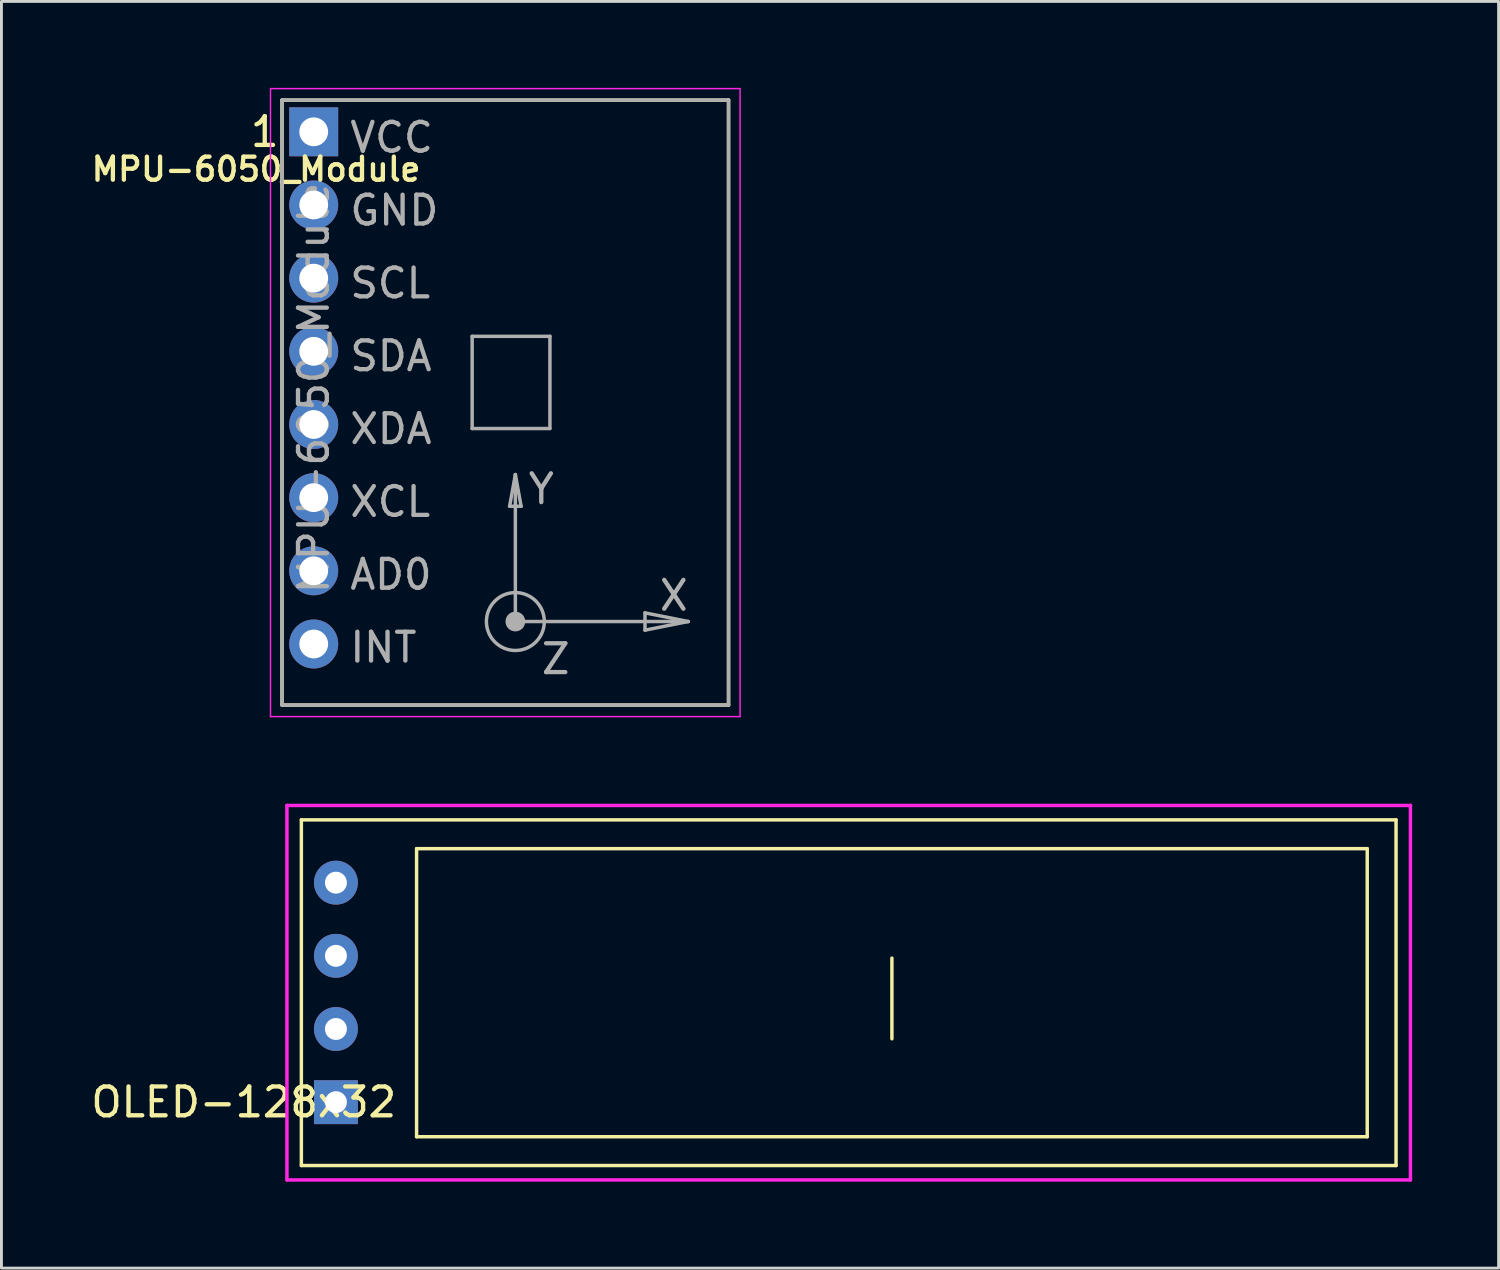
<source format=kicad_pcb>
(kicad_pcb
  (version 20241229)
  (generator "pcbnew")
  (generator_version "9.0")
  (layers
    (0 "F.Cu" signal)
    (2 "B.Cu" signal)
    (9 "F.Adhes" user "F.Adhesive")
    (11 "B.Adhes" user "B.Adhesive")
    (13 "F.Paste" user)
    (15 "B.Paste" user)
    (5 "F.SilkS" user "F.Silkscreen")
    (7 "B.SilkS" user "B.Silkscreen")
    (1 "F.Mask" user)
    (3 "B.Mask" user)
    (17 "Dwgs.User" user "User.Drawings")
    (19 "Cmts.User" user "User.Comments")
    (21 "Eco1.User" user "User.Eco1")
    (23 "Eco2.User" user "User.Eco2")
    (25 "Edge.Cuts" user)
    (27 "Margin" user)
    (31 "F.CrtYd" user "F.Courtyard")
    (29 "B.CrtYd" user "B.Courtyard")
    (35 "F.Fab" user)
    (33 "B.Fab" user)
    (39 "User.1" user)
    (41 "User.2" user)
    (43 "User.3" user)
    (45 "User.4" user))
  (footprint "OLED-128x32"
    (layer "F.Cu")
    (at 7.411 37.41)
    (property "Reference" "OLED-128x32" (at -2 -2.2 0) (layer "F.SilkS") (effects (font (size 1 1) (thickness 0.15))))
    (attr through_hole)
    (fp_line (start 0 -12) (end 38 -12) (stroke (width 0.12) (type solid)) (layer "F.SilkS"))
    (fp_line (start 0 0) (end 0 -12) (stroke (width 0.12) (type solid)) (layer "F.SilkS"))
    (fp_line (start 4 -11) (end 4 -1) (stroke (width 0.12) (type solid)) (layer "F.SilkS"))
    (fp_line (start 4 -1) (end 37 -1) (stroke (width 0.12) (type solid)) (layer "F.SilkS"))
    (fp_line (start 20.5 -7.2) (end 20.5 -4.4) (stroke (width 0.12) (type solid)) (layer "F.SilkS"))
    (fp_line (start 37 -11) (end 4 -11) (stroke (width 0.12) (type solid)) (layer "F.SilkS"))
    (fp_line (start 37 -1) (end 37 -11) (stroke (width 0.12) (type solid)) (layer "F.SilkS"))
    (fp_line (start 38 -12) (end 38 0) (stroke (width 0.12) (type solid)) (layer "F.SilkS"))
    (fp_line (start 38 0) (end 0 0) (stroke (width 0.12) (type solid)) (layer "F.SilkS"))
    (fp_line (start -0.5 -12.5) (end -0.5 0.5) (stroke (width 0.12) (type solid)) (layer "F.CrtYd"))
    (fp_line (start -0.5 0.5) (end 38.5 0.5) (stroke (width 0.12) (type solid)) (layer "F.CrtYd"))
    (fp_line (start 38.5 -12.5) (end -0.5 -12.5) (stroke (width 0.12) (type solid)) (layer "F.CrtYd"))
    (fp_line (start 38.5 0.5) (end 38.5 -12.5) (stroke (width 0.12) (type solid)) (layer "F.CrtYd"))
    (pad "1" thru_hole rect (at 1.2 -2.2) (size 1.524 1.524) (drill 0.762) (layers "*.Cu" "*.Mask"))
    (pad "2" thru_hole circle (at 1.2 -4.74) (size 1.524 1.524) (drill 0.762) (layers "*.Cu" "*.Mask"))
    (pad "3" thru_hole circle (at 1.2 -7.28) (size 1.524 1.524) (drill 0.762) (layers "*.Cu" "*.Mask"))
    (pad "4" thru_hole circle (at 1.2 -9.82) (size 1.524 1.524) (drill 0.762) (layers "*.Cu" "*.Mask")))
  (footprint "MPU-6050_Module"
    (layer "F.Cu")
    (at 7.84 1.525)
    (property "Reference" "MPU-6050_Module" (at -2 1.3 0) (layer "F.SilkS") (effects (font (size 0.8 0.8) (thickness 0.15))))
    (attr through_hole)
    (fp_line (start -1.1 -1.1) (end 14.4 -1.1) (stroke (width 0.12) (type solid)) (layer "F.SilkS"))
    (fp_line (start -1.1 19.9) (end -1.1 -1.1) (stroke (width 0.12) (type solid)) (layer "F.SilkS"))
    (fp_line (start 14.4 -1.1) (end 14.4 19.9) (stroke (width 0.12) (type solid)) (layer "F.SilkS"))
    (fp_line (start 14.4 19.9) (end -1.1 19.9) (stroke (width 0.12) (type solid)) (layer "F.SilkS"))
    (fp_line (start -1.5 -1.5) (end 14.8 -1.5) (stroke (width 0.05) (type solid)) (layer "F.CrtYd"))
    (fp_line (start -1.5 20.3) (end -1.5 -1.5) (stroke (width 0.05) (type solid)) (layer "F.CrtYd"))
    (fp_line (start -1.5 20.3) (end 14.8 20.3) (stroke (width 0.05) (type solid)) (layer "F.CrtYd"))
    (fp_line (start 14.8 20.3) (end 14.8 -1.5) (stroke (width 0.05) (type solid)) (layer "F.CrtYd"))
    (fp_line (start -1.1 -1.1) (end 14.4 -1.1) (stroke (width 0.12) (type solid)) (layer "F.Fab"))
    (fp_line (start -1.1 19.9) (end -1.1 -1.1) (stroke (width 0.12) (type solid)) (layer "F.Fab"))
    (fp_line (start 5.5 7.1) (end 5.5 10.3) (stroke (width 0.12) (type solid)) (layer "F.Fab"))
    (fp_line (start 5.5 10.3) (end 8.2 10.3) (stroke (width 0.12) (type solid)) (layer "F.Fab"))
    (fp_line (start 6.8 13) (end 7.2 13) (stroke (width 0.12) (type solid)) (layer "F.Fab"))
    (fp_line (start 7 11.9) (end 6.8 13) (stroke (width 0.12) (type solid)) (layer "F.Fab"))
    (fp_line (start 7 17) (end 7 11.9) (stroke (width 0.12) (type solid)) (layer "F.Fab"))
    (fp_line (start 7 17) (end 13 17) (stroke (width 0.12) (type solid)) (layer "F.Fab"))
    (fp_line (start 7.2 13) (end 7 11.9) (stroke (width 0.12) (type solid)) (layer "F.Fab"))
    (fp_line (start 8.2 7.1) (end 5.5 7.1) (stroke (width 0.12) (type solid)) (layer "F.Fab"))
    (fp_line (start 8.2 10.3) (end 8.2 7.1) (stroke (width 0.12) (type solid)) (layer "F.Fab"))
    (fp_line (start 11.5 16.7) (end 11.5 17.3) (stroke (width 0.12) (type solid)) (layer "F.Fab"))
    (fp_line (start 11.5 17.3) (end 13 17) (stroke (width 0.12) (type solid)) (layer "F.Fab"))
    (fp_line (start 13 17) (end 11.5 16.7) (stroke (width 0.12) (type solid)) (layer "F.Fab"))
    (fp_line (start 14.4 -1.1) (end 14.4 19.9) (stroke (width 0.12) (type solid)) (layer "F.Fab"))
    (fp_line (start 14.4 19.9) (end -1.1 19.9) (stroke (width 0.12) (type solid)) (layer "F.Fab"))
    (fp_circle (center 7 17) (end 7.1 16.9) (stroke (width 0.12) (type solid)) (fill no) (layer "F.Fab"))
    (fp_circle (center 7 17) (end 7.1 17) (stroke (width 0.12) (type solid)) (fill no) (layer "F.Fab"))
    (fp_circle (center 7 17) (end 7.2 16.9) (stroke (width 0.12) (type solid)) (fill no) (layer "F.Fab"))
    (fp_circle (center 7 17) (end 7.2 17.2) (stroke (width 0.12) (type solid)) (fill no) (layer "F.Fab"))
    (fp_circle (center 7 17) (end 8 16.9) (stroke (width 0.12) (type solid)) (fill no) (layer "F.Fab"))
    (fp_text user "1" (at -1.7 0 0) (layer "F.SilkS") (effects (font (size 1 1) (thickness 0.15))))
    (fp_text user "SCL" (at 2.657 5.257 0) (layer "F.Fab") (effects (font (size 1 1) (thickness 0.15))))
    (fp_text user "GND" (at 2.8 2.729 0) (layer "F.Fab") (effects (font (size 1 1) (thickness 0.15))))
    (fp_text user "INT" (at 2.419 17.9 0) (layer "F.Fab") (effects (font (size 1 1) (thickness 0.15))))
    (fp_text user "${REFERENCE}" (at 0 8.89 90) (layer "F.Fab") (effects (font (size 1 1) (thickness 0.15))))
    (fp_text user "Y" (at 7.9 12.4 0) (layer "F.Fab") (effects (font (size 1 1) (thickness 0.15))))
    (fp_text user "VCC" (at 2.705 0.2 0) (layer "F.Fab") (effects (font (size 1 1) (thickness 0.15))))
    (fp_text user "XCL" (at 2.657 12.843 0) (layer "F.Fab") (effects (font (size 1 1) (thickness 0.15))))
    (fp_text user "Z" (at 8.4 18.3 0) (layer "F.Fab") (effects (font (size 1 1) (thickness 0.15))))
    (fp_text user "SDA" (at 2.681 7.786 0) (layer "F.Fab") (effects (font (size 1 1) (thickness 0.15))))
    (fp_text user "AD0" (at 2.681 15.371 0) (layer "F.Fab") (effects (font (size 1 1) (thickness 0.15))))
    (fp_text user "X" (at 12.5 16.1 0) (layer "F.Fab") (effects (font (size 1 1) (thickness 0.15))))
    (fp_text user "XDA" (at 2.681 10.314 0) (layer "F.Fab") (effects (font (size 1 1) (thickness 0.15))))
    (pad "1" thru_hole rect (at 0 0) (size 1.7 1.7) (drill 1) (layers "*.Cu" "*.Mask"))
    (pad "2" thru_hole oval (at 0 2.54) (size 1.7 1.7) (drill 1) (layers "*.Cu" "*.Mask"))
    (pad "3" thru_hole oval (at 0 5.08) (size 1.7 1.7) (drill 1) (layers "*.Cu" "*.Mask"))
    (pad "4" thru_hole oval (at 0 7.62) (size 1.7 1.7) (drill 1) (layers "*.Cu" "*.Mask"))
    (pad "5" thru_hole oval (at 0 10.16) (size 1.7 1.7) (drill 1) (layers "*.Cu" "*.Mask"))
    (pad "6" thru_hole oval (at 0 12.7) (size 1.7 1.7) (drill 1) (layers "*.Cu" "*.Mask"))
    (pad "7" thru_hole oval (at 0 15.24) (size 1.7 1.7) (drill 1) (layers "*.Cu" "*.Mask"))
    (pad "8" thru_hole oval (at 0 17.78) (size 1.7 1.7) (drill 1) (layers "*.Cu" "*.Mask")))
  (gr_rect
    (start -3 -3)
    (end 48.971 40.97)
    (stroke (width 0.1) (type default))
    (fill no)
    (layer "Edge.Cuts")))
</source>
